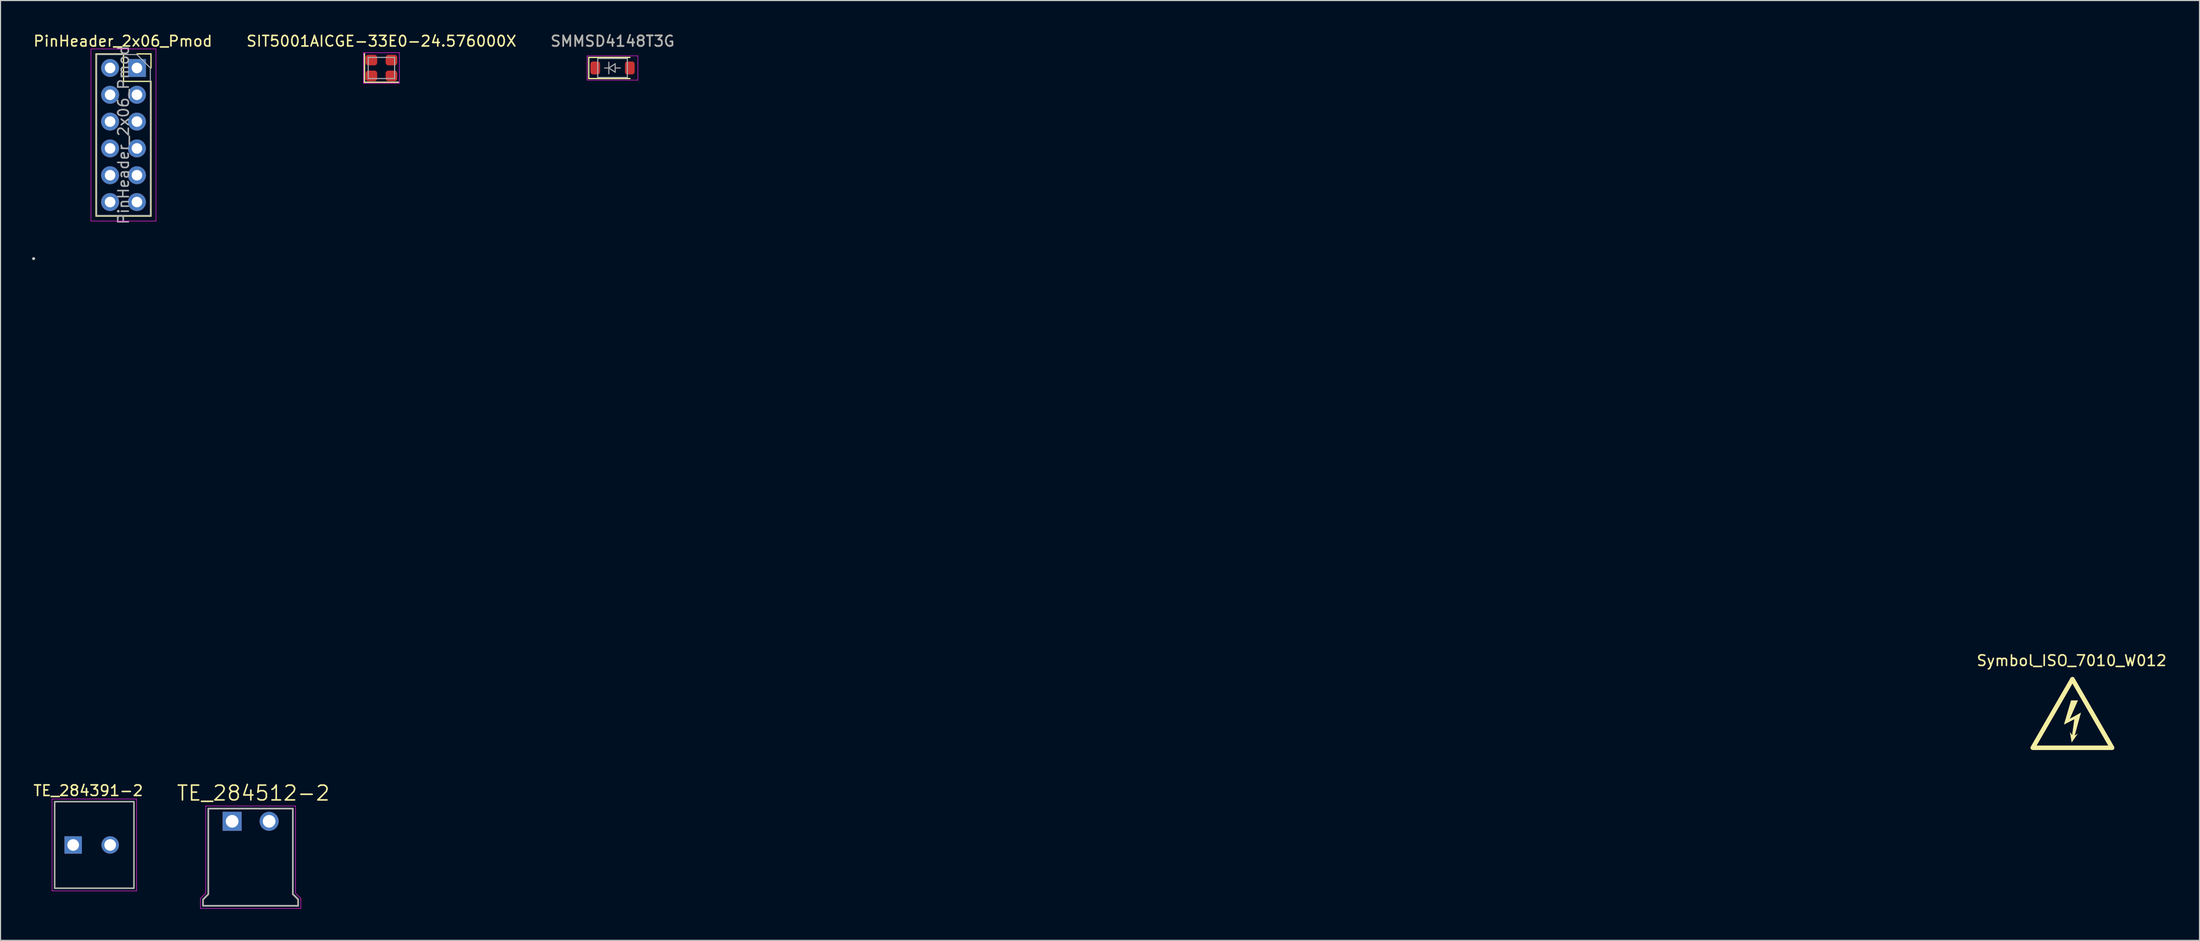
<source format=kicad_pcb>
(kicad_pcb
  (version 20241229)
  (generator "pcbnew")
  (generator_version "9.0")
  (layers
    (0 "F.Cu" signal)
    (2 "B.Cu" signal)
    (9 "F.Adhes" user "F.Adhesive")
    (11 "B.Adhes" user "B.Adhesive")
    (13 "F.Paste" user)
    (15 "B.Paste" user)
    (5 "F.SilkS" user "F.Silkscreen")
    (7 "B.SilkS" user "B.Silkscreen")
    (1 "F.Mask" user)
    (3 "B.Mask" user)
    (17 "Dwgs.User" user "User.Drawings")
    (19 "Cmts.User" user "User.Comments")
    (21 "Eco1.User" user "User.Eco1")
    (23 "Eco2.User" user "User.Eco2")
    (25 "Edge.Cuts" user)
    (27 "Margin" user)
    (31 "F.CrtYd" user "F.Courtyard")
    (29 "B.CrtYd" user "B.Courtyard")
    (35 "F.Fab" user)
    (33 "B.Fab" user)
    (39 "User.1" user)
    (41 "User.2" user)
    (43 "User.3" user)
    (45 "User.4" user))
  (footprint "SIT5001AICGE-33E0-24.576000X"
    (layer "F.Cu")
    (at 33.042 3.388)
    (property "Reference" "SIT5001AICGE-33E0-24.576000X" (at 0 -2.54 0) (layer "F.SilkS") (effects (font (size 1 1) (thickness 0.15))))
    (attr smd)
    (fp_line (start -1.6 1.35) (end -1.6 -1.35) (stroke (width 0.12) (type solid)) (layer "F.SilkS"))
    (fp_line (start -1.6 1.35) (end 1.6 1.35) (stroke (width 0.12) (type solid)) (layer "F.SilkS"))
    (fp_line (start -1.7 -1.45) (end -1.7 1.45) (stroke (width 0.05) (type solid)) (layer "F.CrtYd"))
    (fp_line (start -1.7 -1.45) (end 1.7 -1.45) (stroke (width 0.05) (type solid)) (layer "F.CrtYd"))
    (fp_line (start -1.7 1.45) (end 1.7 1.45) (stroke (width 0.05) (type solid)) (layer "F.CrtYd"))
    (fp_line (start 1.7 -1.45) (end 1.7 1.45) (stroke (width 0.05) (type solid)) (layer "F.CrtYd"))
    (fp_line (start -1.25 -1) (end -1.25 1) (stroke (width 0.1) (type solid)) (layer "F.Fab"))
    (fp_line (start -1.25 1) (end 1.25 1) (stroke (width 0.1) (type solid)) (layer "F.Fab"))
    (fp_line (start 1.25 -1) (end -1.25 -1) (stroke (width 0.1) (type solid)) (layer "F.Fab"))
    (fp_line (start 1.25 1) (end 1.25 -1) (stroke (width 0.1) (type solid)) (layer "F.Fab"))
    (pad "1" smd roundrect (at -0.95 0.75) (size 1.1 1) (layers "F.Cu" "F.Mask" "F.Paste") (roundrect_rratio 0.25))
    (pad "2" smd roundrect (at 0.95 0.75) (size 1.1 1) (layers "F.Cu" "F.Mask" "F.Paste") (roundrect_rratio 0.25))
    (pad "3" smd roundrect (at 0.95 -0.75) (size 1.1 1) (layers "F.Cu" "F.Mask" "F.Paste") (roundrect_rratio 0.25))
    (pad "4" smd roundrect (at -0.95 -0.75) (size 1.1 1) (layers "F.Cu" "F.Mask" "F.Paste") (roundrect_rratio 0.25)))
  (footprint "PinHeader_2x06_Pmod"
    (layer "F.Cu")
    (at 9.847 3.388)
    (property "Reference" "PinHeader_2x06_Pmod" (at -1.27 -2.54 0) (layer "F.SilkS") (effects (font (size 1 1) (thickness 0.15))))
    (attr through_hole)
    (fp_line (start -3.81 -1.33) (end -3.81 14.03) (stroke (width 0.12) (type solid)) (layer "F.SilkS"))
    (fp_line (start -1.21 -1.33) (end -3.81 -1.33) (stroke (width 0.12) (type solid)) (layer "F.SilkS"))
    (fp_line (start -1.21 1.27) (end -1.21 -1.33) (stroke (width 0.12) (type solid)) (layer "F.SilkS"))
    (fp_line (start 1.39 -1.33) (end 0.06 -1.33) (stroke (width 0.12) (type solid)) (layer "F.SilkS"))
    (fp_line (start 1.39 0) (end 1.39 -1.33) (stroke (width 0.12) (type solid)) (layer "F.SilkS"))
    (fp_line (start 1.39 1.27) (end -1.21 1.27) (stroke (width 0.12) (type solid)) (layer "F.SilkS"))
    (fp_line (start 1.39 1.27) (end 1.39 14.03) (stroke (width 0.12) (type solid)) (layer "F.SilkS"))
    (fp_line (start 1.39 14.03) (end -3.81 14.03) (stroke (width 0.12) (type solid)) (layer "F.SilkS"))
    (fp_line (start -4.29 -1.8) (end 1.86 -1.8) (stroke (width 0.05) (type solid)) (layer "F.CrtYd"))
    (fp_line (start -4.29 14.5) (end -4.29 -1.8) (stroke (width 0.05) (type solid)) (layer "F.CrtYd"))
    (fp_line (start 1.86 -1.8) (end 1.86 14.5) (stroke (width 0.05) (type solid)) (layer "F.CrtYd"))
    (fp_line (start 1.86 14.5) (end -4.29 14.5) (stroke (width 0.05) (type solid)) (layer "F.CrtYd"))
    (fp_line (start -3.75 -1.27) (end -3.75 13.97) (stroke (width 0.1) (type solid)) (layer "F.Fab"))
    (fp_line (start -3.75 13.97) (end 1.33 13.97) (stroke (width 0.1) (type solid)) (layer "F.Fab"))
    (fp_line (start 0.06 -1.27) (end -3.75 -1.27) (stroke (width 0.1) (type solid)) (layer "F.Fab"))
    (fp_line (start 1.33 0) (end 0.06 -1.27) (stroke (width 0.1) (type solid)) (layer "F.Fab"))
    (fp_line (start 1.33 13.97) (end 1.33 0) (stroke (width 0.1) (type solid)) (layer "F.Fab"))
    (fp_text user "${REFERENCE}" (at -1.21 6.35 90) (layer "F.Fab") (effects (font (size 1 1) (thickness 0.15))))
    (pad "1" thru_hole rect (at 0.06 0) (size 1.7 1.7) (drill 1) (layers "*.Cu" "*.Mask"))
    (pad "2" thru_hole oval (at 0.06 2.54) (size 1.7 1.7) (drill 1) (layers "*.Cu" "*.Mask"))
    (pad "3" thru_hole oval (at 0.06 5.08) (size 1.7 1.7) (drill 1) (layers "*.Cu" "*.Mask"))
    (pad "4" thru_hole oval (at 0.06 7.62) (size 1.7 1.7) (drill 1) (layers "*.Cu" "*.Mask"))
    (pad "5" thru_hole oval (at 0.06 10.16) (size 1.7 1.7) (drill 1) (layers "*.Cu" "*.Mask"))
    (pad "6" thru_hole oval (at 0.06 12.7) (size 1.7 1.7) (drill 1) (layers "*.Cu" "*.Mask"))
    (pad "7" thru_hole oval (at -2.48 0) (size 1.7 1.7) (drill 1) (layers "*.Cu" "*.Mask"))
    (pad "8" thru_hole oval (at -2.48 2.54) (size 1.7 1.7) (drill 1) (layers "*.Cu" "*.Mask"))
    (pad "9" thru_hole oval (at -2.48 5.08) (size 1.7 1.7) (drill 1) (layers "*.Cu" "*.Mask"))
    (pad "10" thru_hole oval (at -2.48 7.62) (size 1.7 1.7) (drill 1) (layers "*.Cu" "*.Mask"))
    (pad "11" thru_hole oval (at -2.48 10.16) (size 1.7 1.7) (drill 1) (layers "*.Cu" "*.Mask"))
    (pad "12" thru_hole oval (at -2.48 12.7) (size 1.7 1.7) (drill 1) (layers "*.Cu" "*.Mask")))
  (footprint "SMMSD4148T3G"
    (layer "F.Cu")
    (at 54.911 3.388)
    (property "Reference" "SMMSD4148T3G" (at 0 -2.54 0) (layer "F.SilkS") (effects (font (size 1 1) (thickness 0.15))))
    (attr smd)
    (fp_line (start -2.25 -1) (end -2.25 1) (stroke (width 0.12) (type solid)) (layer "F.SilkS"))
    (fp_line (start -2.25 -1) (end 1.65 -1) (stroke (width 0.12) (type solid)) (layer "F.SilkS"))
    (fp_line (start -2.25 1) (end 1.65 1) (stroke (width 0.12) (type solid)) (layer "F.SilkS"))
    (fp_line (start -2.4 -1.15) (end -2.4 1.15) (stroke (width 0.05) (type solid)) (layer "F.CrtYd"))
    (fp_line (start -2.4 -1.15) (end 2.4 -1.15) (stroke (width 0.05) (type solid)) (layer "F.CrtYd"))
    (fp_line (start 2.4 -1.15) (end 2.4 1.15) (stroke (width 0.05) (type solid)) (layer "F.CrtYd"))
    (fp_line (start 2.4 1.15) (end -2.4 1.15) (stroke (width 0.05) (type solid)) (layer "F.CrtYd"))
    (fp_line (start -1.4 -0.9) (end 1.4 -0.9) (stroke (width 0.1) (type solid)) (layer "F.Fab"))
    (fp_line (start -1.4 0.9) (end -1.4 -0.9) (stroke (width 0.1) (type solid)) (layer "F.Fab"))
    (fp_line (start -0.75 0) (end -0.35 0) (stroke (width 0.1) (type solid)) (layer "F.Fab"))
    (fp_line (start -0.35 0) (end -0.35 -0.55) (stroke (width 0.1) (type solid)) (layer "F.Fab"))
    (fp_line (start -0.35 0) (end -0.35 0.55) (stroke (width 0.1) (type solid)) (layer "F.Fab"))
    (fp_line (start -0.35 0) (end 0.25 -0.4) (stroke (width 0.1) (type solid)) (layer "F.Fab"))
    (fp_line (start 0.25 -0.4) (end 0.25 0.4) (stroke (width 0.1) (type solid)) (layer "F.Fab"))
    (fp_line (start 0.25 0) (end 0.75 0) (stroke (width 0.1) (type solid)) (layer "F.Fab"))
    (fp_line (start 0.25 0.4) (end -0.35 0) (stroke (width 0.1) (type solid)) (layer "F.Fab"))
    (fp_line (start 1.4 -0.9) (end 1.4 0.9) (stroke (width 0.1) (type solid)) (layer "F.Fab"))
    (fp_line (start 1.4 0.9) (end -1.4 0.9) (stroke (width 0.1) (type solid)) (layer "F.Fab"))
    (fp_text user "${REFERENCE}" (at 0 -2.54 0) (layer "F.Fab") (effects (font (size 1 1) (thickness 0.15))))
    (pad "1" smd roundrect (at -1.635 0) (size 0.91 1.22) (layers "F.Cu" "F.Mask" "F.Paste") (roundrect_rratio 0.25))
    (pad "2" smd roundrect (at 1.635 0) (size 0.91 1.22) (layers "F.Cu" "F.Mask" "F.Paste") (roundrect_rratio 0.25)))
  (footprint "TE_284512-2"
    (layer "F.Cu")
    (at 20.666 78.143)
    (property "Reference" "TE_284512-2" (at 0.254 -6.069 0) (layer "F.SilkS") (effects (font (size 1.401 1.401) (thickness 0.15))))
    (attr through_hole)
    (fp_line (start -4.5 4) (end -4 3.5) (stroke (width 0.152) (type solid)) (layer "F.SilkS"))
    (fp_line (start -4.5 4.6) (end -4.5 4) (stroke (width 0.152) (type solid)) (layer "F.SilkS"))
    (fp_line (start -4 -4.6) (end 4 -4.6) (stroke (width 0.152) (type solid)) (layer "F.SilkS"))
    (fp_line (start -4 3.5) (end -4 -4.6) (stroke (width 0.152) (type solid)) (layer "F.SilkS"))
    (fp_line (start 4 -4.6) (end 4 3.5) (stroke (width 0.152) (type solid)) (layer "F.SilkS"))
    (fp_line (start 4 3.5) (end 4.5 4) (stroke (width 0.152) (type solid)) (layer "F.SilkS"))
    (fp_line (start 4.5 4) (end 4.5 4.6) (stroke (width 0.152) (type solid)) (layer "F.SilkS"))
    (fp_line (start 4.5 4.6) (end -4.5 4.6) (stroke (width 0.152) (type solid)) (layer "F.SilkS"))
    (fp_line (start -4.75 3.9) (end -4.75 4.85) (stroke (width 0.05) (type solid)) (layer "F.CrtYd"))
    (fp_line (start -4.75 4.85) (end 4.75 4.85) (stroke (width 0.05) (type solid)) (layer "F.CrtYd"))
    (fp_line (start -4.25 -4.85) (end -4.25 3.4) (stroke (width 0.05) (type solid)) (layer "F.CrtYd"))
    (fp_line (start -4.25 3.4) (end -4.75 3.9) (stroke (width 0.05) (type solid)) (layer "F.CrtYd"))
    (fp_line (start 4.25 -4.85) (end -4.25 -4.85) (stroke (width 0.05) (type solid)) (layer "F.CrtYd"))
    (fp_line (start 4.25 3.4) (end 4.25 -4.85) (stroke (width 0.05) (type solid)) (layer "F.CrtYd"))
    (fp_line (start 4.75 3.9) (end 4.25 3.4) (stroke (width 0.05) (type solid)) (layer "F.CrtYd"))
    (fp_line (start 4.75 4.85) (end 4.75 3.9) (stroke (width 0.05) (type solid)) (layer "F.CrtYd"))
    (fp_line (start -4.5 4) (end -4.5 4.6) (stroke (width 0.152) (type solid)) (layer "F.Fab"))
    (fp_line (start -4.5 4.6) (end 4.5 4.6) (stroke (width 0.152) (type solid)) (layer "F.Fab"))
    (fp_line (start -4 -4.6) (end -4 3.5) (stroke (width 0.152) (type solid)) (layer "F.Fab"))
    (fp_line (start -4 3.5) (end -4.5 4) (stroke (width 0.152) (type solid)) (layer "F.Fab"))
    (fp_line (start 4 -4.6) (end -4 -4.6) (stroke (width 0.152) (type solid)) (layer "F.Fab"))
    (fp_line (start 4 3.5) (end 4 -4.6) (stroke (width 0.152) (type solid)) (layer "F.Fab"))
    (fp_line (start 4.5 4) (end 4 3.5) (stroke (width 0.152) (type solid)) (layer "F.Fab"))
    (fp_line (start 4.5 4.6) (end 4.5 4) (stroke (width 0.152) (type solid)) (layer "F.Fab"))
    (pad "1" thru_hole rect (at -1.75 -3.4) (size 1.8 1.8) (drill 1.2) (layers "*.Cu" "*.Mask"))
    (pad "2" thru_hole circle (at 1.75 -3.4) (size 1.8 1.8) (drill 1.2) (layers "*.Cu" "*.Mask")))
  (footprint "TE_284391-2"
    (layer "F.Cu")
    (at 5.625 76.983)
    (property "Reference" "TE_284391-2" (at -0.326 -5.143 0) (layer "F.SilkS") (effects (font (size 1.002 1.002) (thickness 0.15))))
    (attr through_hole)
    (fp_line (start -3.5 -4.1) (end 4 -4.1) (stroke (width 0.127) (type solid)) (layer "F.SilkS"))
    (fp_line (start -3.5 4.1) (end -3.5 -4.1) (stroke (width 0.127) (type solid)) (layer "F.SilkS"))
    (fp_line (start 4 -4.1) (end 4 4.1) (stroke (width 0.127) (type solid)) (layer "F.SilkS"))
    (fp_line (start 4 4.1) (end -3.5 4.1) (stroke (width 0.127) (type solid)) (layer "F.SilkS"))
    (fp_line (start -3.75 -4.35) (end 4.25 -4.35) (stroke (width 0.05) (type solid)) (layer "F.CrtYd"))
    (fp_line (start -3.75 4.35) (end -3.75 -4.35) (stroke (width 0.05) (type solid)) (layer "F.CrtYd"))
    (fp_line (start 4.25 -4.35) (end 4.25 4.35) (stroke (width 0.05) (type solid)) (layer "F.CrtYd"))
    (fp_line (start 4.25 4.35) (end -3.75 4.35) (stroke (width 0.05) (type solid)) (layer "F.CrtYd"))
    (fp_line (start -3.5 -4.1) (end 4 -4.1) (stroke (width 0.127) (type solid)) (layer "F.Fab"))
    (fp_line (start -3.5 4.1) (end -3.5 -4.1) (stroke (width 0.127) (type solid)) (layer "F.Fab"))
    (fp_line (start 4 -4.1) (end 4 4.1) (stroke (width 0.127) (type solid)) (layer "F.Fab"))
    (fp_line (start 4 4.1) (end -3.5 4.1) (stroke (width 0.127) (type solid)) (layer "F.Fab"))
    (pad "1" thru_hole rect (at -1.75 0) (size 1.65 1.65) (drill 1.1) (layers "*.Cu" "*.Mask"))
    (pad "2" thru_hole circle (at 1.75 0) (size 1.65 1.65) (drill 1.1) (layers "*.Cu" "*.Mask")))
  (footprint "Symbol_ISO_7010_W012"
    (layer "F.Cu")
    (at 193.108 65.238)
    (property "Reference" "Symbol_ISO_7010_W012" (at -0.127 -5.715 0) (layer "F.SilkS") (effects (font (size 1 1) (thickness 0.15))))
    (attr board_only exclude_from_pos_files exclude_from_bom)
    (fp_line (start -9.649 -2.189) (end -9.649 -2.189) (stroke (width 0.013) (type solid)) (layer "F.SilkS"))
    (fp_line (start -9.649 -2.189) (end -9.649 -2.189) (stroke (width 0.013) (type solid)) (layer "F.SilkS"))
    (fp_line (start -9.649 -2.189) (end -9.649 -2.189) (stroke (width 0.013) (type solid)) (layer "F.SilkS"))
    (fp_line (start -3.704 2.54) (end 3.704 2.54) (stroke (width 0.425) (type solid)) (layer "F.SilkS"))
    (fp_line (start -0.077 -3.918) (end -3.805 2.54) (stroke (width 0.425) (type solid)) (layer "F.SilkS"))
    (fp_line (start 3.654 2.453) (end -0.05 -3.963) (stroke (width 0.425) (type solid)) (layer "F.SilkS"))
    (fp_poly (pts (xy -0.175 -1.944) (xy -0.843 0.33) (xy 0.134 -0.174) (xy -0.075 1.357) (xy -0.275 1.065) (xy -0.121 2.025) (xy 0.44 1.216) (xy 0.156 1.392) (xy 0.745 -0.777) (xy -0.309 -0.197) (xy 0.463 -1.945) (xy -0.175 -1.944) (xy -0.175 -1.944)) (stroke (width 0.014) (type solid)) (fill yes) (layer "F.SilkS"))
    (fp_line (start -192.976 -43.791) (end -192.976 -43.791) (stroke (width 0.265) (type solid)) (layer "Dwgs.User"))
    (fp_line (start -192.976 -43.791) (end -192.976 -43.791) (stroke (width 0.265) (type solid)) (layer "Dwgs.User"))
    (fp_line (start -192.976 -43.791) (end -192.976 -43.791) (stroke (width 0.265) (type solid)) (layer "Dwgs.User")))
  (gr_rect
    (start -3 -3)
    (end 205.082 86.018)
    (stroke (width 0.1) (type default))
    (fill no)
    (layer "Edge.Cuts")))
</source>
